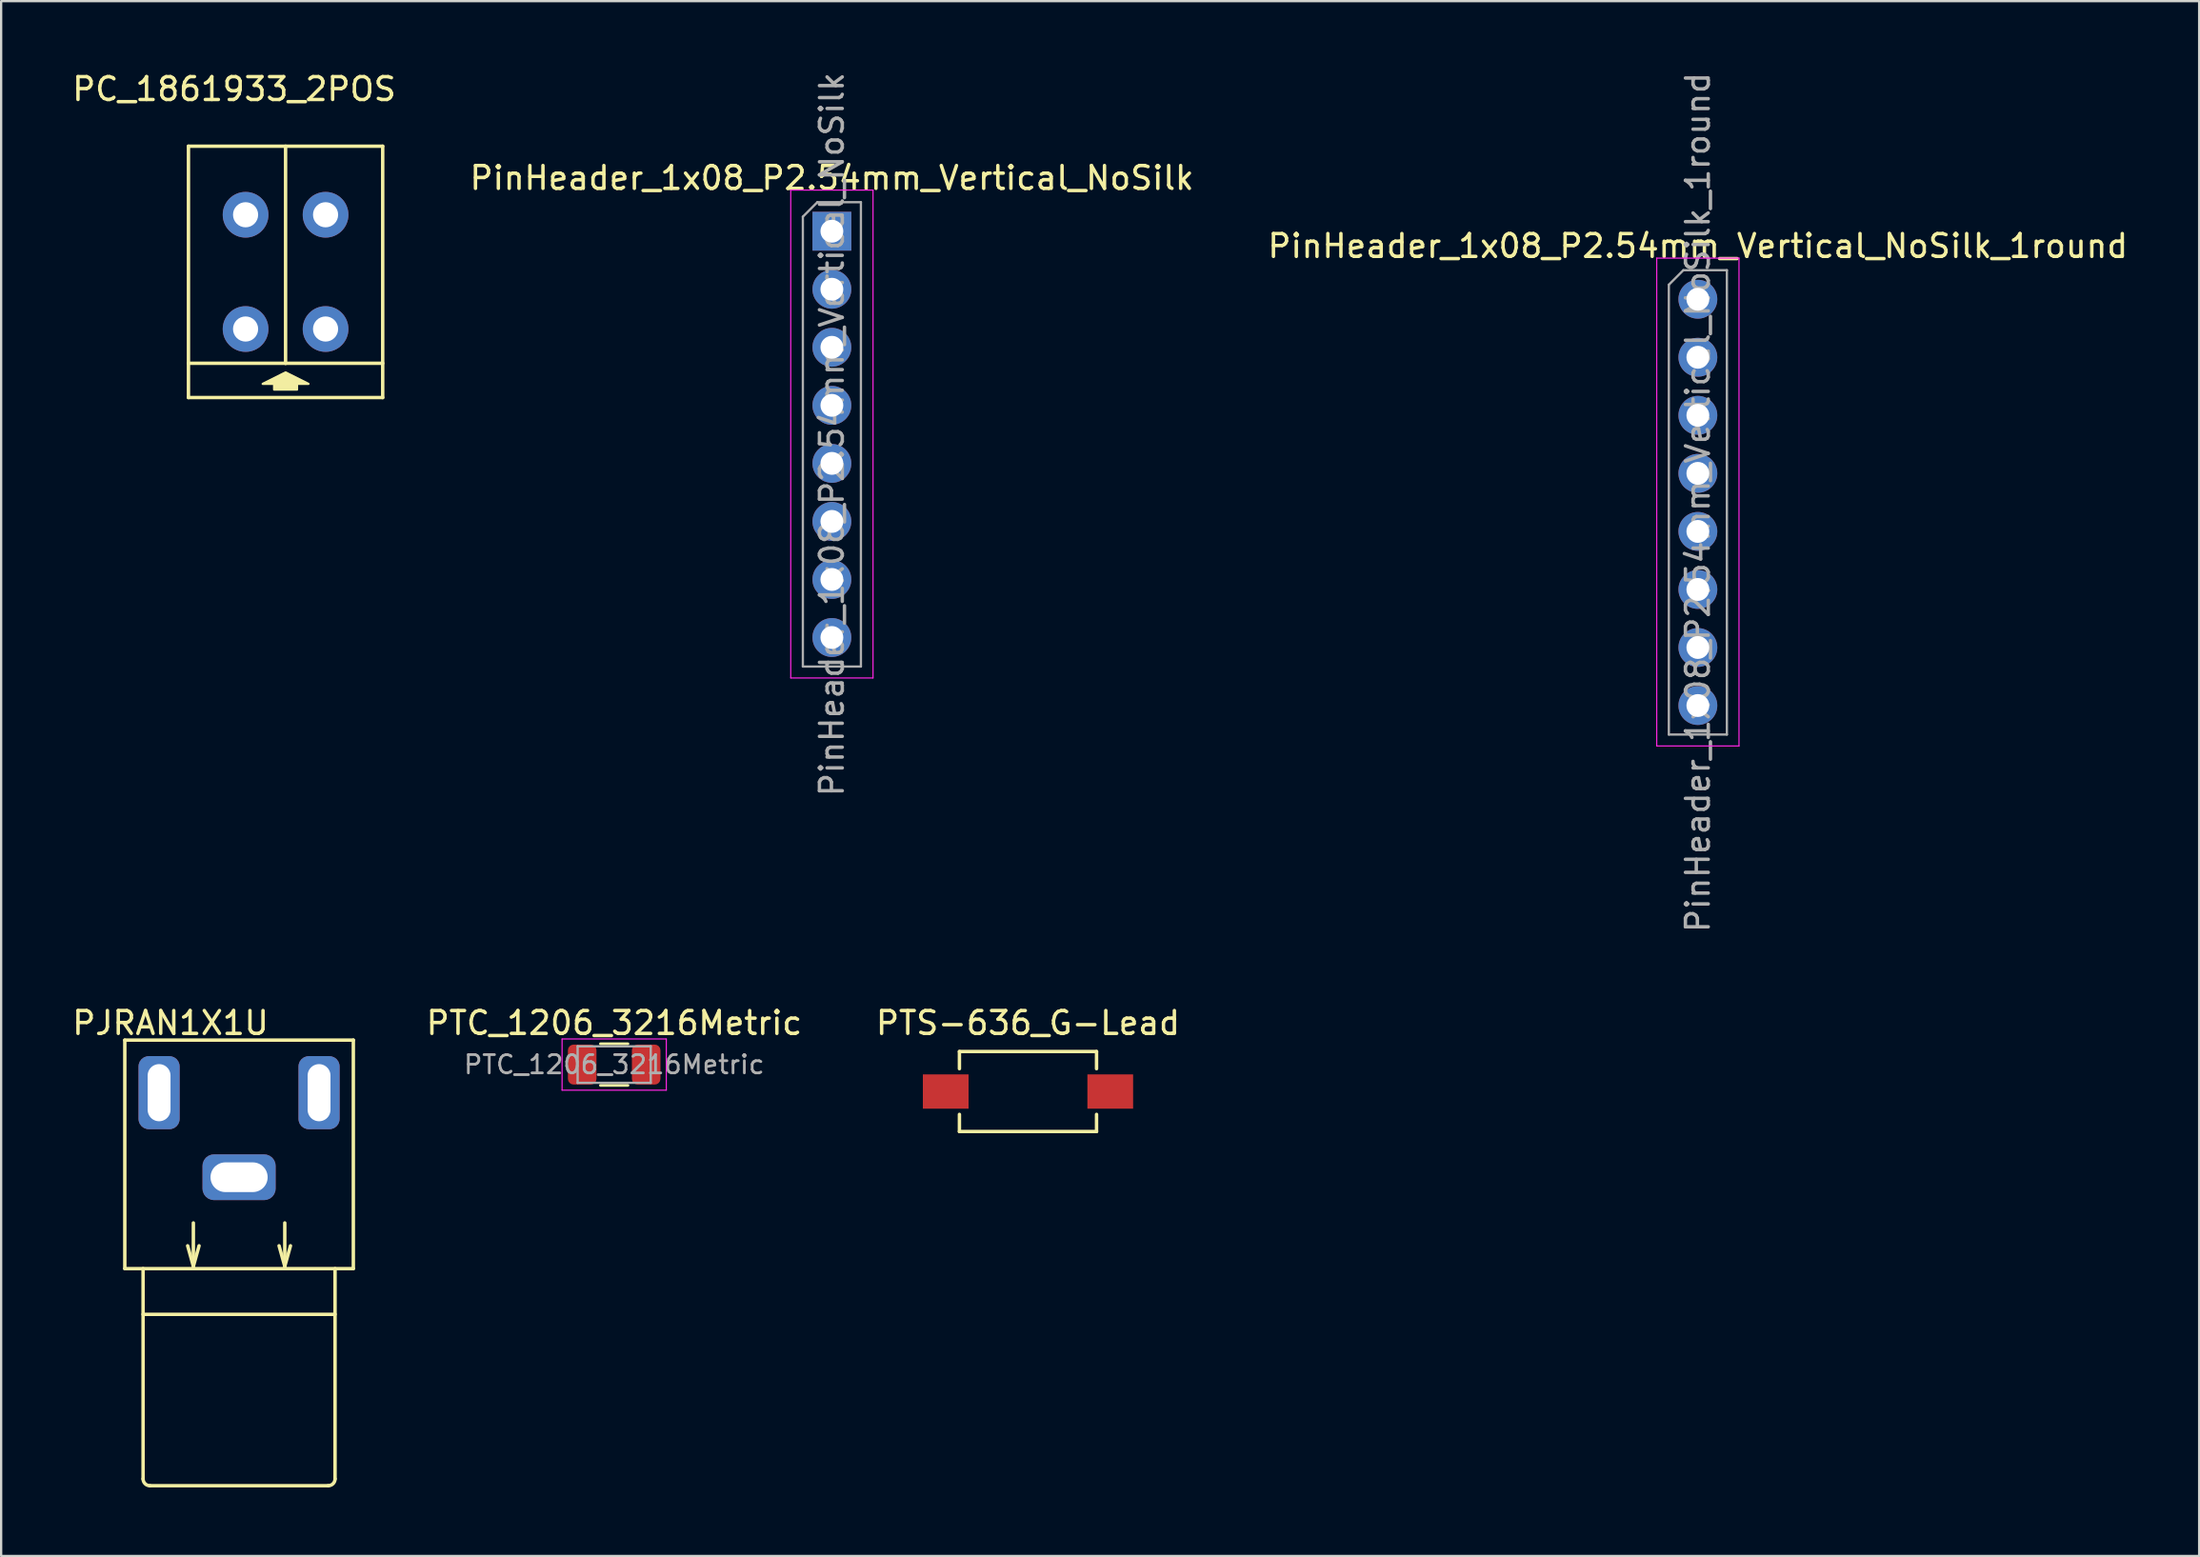
<source format=kicad_pcb>
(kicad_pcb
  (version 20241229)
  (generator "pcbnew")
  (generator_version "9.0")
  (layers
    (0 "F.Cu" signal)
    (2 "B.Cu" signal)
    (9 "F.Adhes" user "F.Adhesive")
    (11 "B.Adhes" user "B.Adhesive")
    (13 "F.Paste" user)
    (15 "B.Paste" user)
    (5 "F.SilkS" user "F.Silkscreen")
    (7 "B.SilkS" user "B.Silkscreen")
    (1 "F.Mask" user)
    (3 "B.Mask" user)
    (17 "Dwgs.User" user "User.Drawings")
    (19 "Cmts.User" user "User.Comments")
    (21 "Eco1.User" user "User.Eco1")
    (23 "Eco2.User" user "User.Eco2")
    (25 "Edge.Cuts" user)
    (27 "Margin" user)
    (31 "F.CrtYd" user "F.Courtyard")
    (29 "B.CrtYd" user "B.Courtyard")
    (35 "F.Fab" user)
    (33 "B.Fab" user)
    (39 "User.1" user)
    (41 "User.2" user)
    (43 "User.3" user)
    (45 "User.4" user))
  (footprint "PinHeader_1x08_P2.54mm_Vertical_NoSilk_1round"
    (layer "F.Cu")
    (at 71.244 10.045)
    (property "Reference" "PinHeader_1x08_P2.54mm_Vertical_NoSilk_1round" (at 0 -2.33 0) (layer "F.SilkS") (effects (font (size 1 1) (thickness 0.15))))
    (attr through_hole)
    (fp_line (start -1.8 -1.8) (end -1.8 19.55) (stroke (width 0.05) (type solid)) (layer "F.CrtYd"))
    (fp_line (start -1.8 19.55) (end 1.8 19.55) (stroke (width 0.05) (type solid)) (layer "F.CrtYd"))
    (fp_line (start 1.8 -1.8) (end -1.8 -1.8) (stroke (width 0.05) (type solid)) (layer "F.CrtYd"))
    (fp_line (start 1.8 19.55) (end 1.8 -1.8) (stroke (width 0.05) (type solid)) (layer "F.CrtYd"))
    (fp_line (start -1.27 -0.635) (end -0.635 -1.27) (stroke (width 0.1) (type solid)) (layer "F.Fab"))
    (fp_line (start -1.27 19.05) (end -1.27 -0.635) (stroke (width 0.1) (type solid)) (layer "F.Fab"))
    (fp_line (start -0.635 -1.27) (end 1.27 -1.27) (stroke (width 0.1) (type solid)) (layer "F.Fab"))
    (fp_line (start 1.27 -1.27) (end 1.27 19.05) (stroke (width 0.1) (type solid)) (layer "F.Fab"))
    (fp_line (start 1.27 19.05) (end -1.27 19.05) (stroke (width 0.1) (type solid)) (layer "F.Fab"))
    (fp_text user "${REFERENCE}" (at 0 8.89 90) (layer "F.Fab") (effects (font (size 1 1) (thickness 0.15))))
    (pad "1" thru_hole circle (at 0 0) (size 1.7 1.7) (drill 1) (layers "*.Cu" "*.Mask"))
    (pad "2" thru_hole oval (at 0 2.54) (size 1.7 1.7) (drill 1) (layers "*.Cu" "*.Mask"))
    (pad "3" thru_hole oval (at 0 5.08) (size 1.7 1.7) (drill 1) (layers "*.Cu" "*.Mask"))
    (pad "4" thru_hole oval (at 0 7.62) (size 1.7 1.7) (drill 1) (layers "*.Cu" "*.Mask"))
    (pad "5" thru_hole oval (at 0 10.16) (size 1.7 1.7) (drill 1) (layers "*.Cu" "*.Mask"))
    (pad "6" thru_hole oval (at 0 12.7) (size 1.7 1.7) (drill 1) (layers "*.Cu" "*.Mask"))
    (pad "7" thru_hole oval (at 0 15.24) (size 1.7 1.7) (drill 1) (layers "*.Cu" "*.Mask"))
    (pad "8" thru_hole oval (at 0 17.78) (size 1.7 1.7) (drill 1) (layers "*.Cu" "*.Mask")))
  (footprint "PC_1861933_2POS"
    (layer "F.Cu")
    (at 7.696 6.348)
    (property "Reference" "PC_1861933_2POS" (at -0.5 -5.5 0) (layer "F.SilkS") (effects (font (size 1 1) (thickness 0.15))))
    (attr through_hole)
    (fp_line (start -2.5 -3) (end -2.5 8) (stroke (width 0.15) (type solid)) (layer "F.SilkS"))
    (fp_line (start -2.5 8) (end 6 8) (stroke (width 0.15) (type solid)) (layer "F.SilkS"))
    (fp_line (start 1.75 -3) (end 1.75 6.5) (stroke (width 0.15) (type solid)) (layer "F.SilkS"))
    (fp_line (start 1.75 6.5) (end -2.5 6.5) (stroke (width 0.15) (type solid)) (layer "F.SilkS"))
    (fp_line (start 1.75 6.5) (end 6 6.5) (stroke (width 0.15) (type solid)) (layer "F.SilkS"))
    (fp_line (start 6 -3) (end -2.5 -3) (stroke (width 0.15) (type solid)) (layer "F.SilkS"))
    (fp_line (start 6 8) (end 6 -3) (stroke (width 0.15) (type solid)) (layer "F.SilkS"))
    (fp_poly (pts (xy 1.75 6.9) (xy 0.75 7.4) (xy 1.25 7.4) (xy 1.25 7.65) (xy 2.25 7.65) (xy 2.25 7.4) (xy 2.75 7.4)) (stroke (width 0.1) (type solid)) (fill yes) (layer "F.SilkS"))
    (pad "1" thru_hole circle (at 0 0) (size 2 2) (drill 1.1) (layers "*.Cu" "*.Mask"))
    (pad "1" thru_hole circle (at 0 5) (size 2 2) (drill 1.1) (layers "*.Cu" "*.Mask"))
    (pad "2" thru_hole circle (at 3.5 0) (size 2 2) (drill 1.1) (layers "*.Cu" "*.Mask"))
    (pad "2" thru_hole circle (at 3.5 5) (size 2 2) (drill 1.1) (layers "*.Cu" "*.Mask")))
  (footprint "PTS-636_G-Lead"
    (layer "F.Cu")
    (at 41.932 44.717)
    (property "Reference" "PTS-636_G-Lead" (at 0 -3 0) (layer "F.SilkS") (effects (font (size 1 1) (thickness 0.15))))
    (attr through_hole)
    (fp_line (start -3 -1.75) (end -3 -1) (stroke (width 0.15) (type solid)) (layer "F.SilkS"))
    (fp_line (start -3 1) (end -3 1.75) (stroke (width 0.15) (type solid)) (layer "F.SilkS"))
    (fp_line (start -3 1.75) (end 3 1.75) (stroke (width 0.15) (type solid)) (layer "F.SilkS"))
    (fp_line (start 3 -1.75) (end -3 -1.75) (stroke (width 0.15) (type solid)) (layer "F.SilkS"))
    (fp_line (start 3 -1.75) (end 3 -1) (stroke (width 0.15) (type solid)) (layer "F.SilkS"))
    (fp_line (start 3 1.75) (end 3 1) (stroke (width 0.15) (type solid)) (layer "F.SilkS"))
    (pad "1" smd rect (at -3.6 0) (size 2 1.5) (layers "F.Cu" "F.Mask" "F.Paste"))
    (pad "2" smd rect (at 3.6 0 180) (size 2 1.5) (layers "F.Cu" "F.Mask" "F.Paste")))
  (footprint "PJRAN1X1U"
    (layer "F.Cu")
    (at 7.411 48.467)
    (property "Reference" "PJRAN1X1U" (at -3 -6.75 0) (layer "F.SilkS") (effects (font (size 1 1) (thickness 0.15))))
    (attr through_hole)
    (fp_line (start -5 -6) (end 5 -6) (stroke (width 0.15) (type solid)) (layer "F.SilkS"))
    (fp_line (start -5 4) (end -5 -6) (stroke (width 0.15) (type solid)) (layer "F.SilkS"))
    (fp_line (start -5 4) (end 5 4) (stroke (width 0.15) (type solid)) (layer "F.SilkS"))
    (fp_line (start -4.2 6) (end 4.2 6) (stroke (width 0.15) (type solid)) (layer "F.SilkS"))
    (fp_line (start -4.2 13.2) (end -4.2 4) (stroke (width 0.15) (type solid)) (layer "F.SilkS"))
    (fp_line (start -3.9 13.5) (end 3.9 13.5) (stroke (width 0.15) (type solid)) (layer "F.SilkS"))
    (fp_line (start -2 2) (end -2 3.8) (stroke (width 0.15) (type solid)) (layer "F.SilkS"))
    (fp_line (start -2 3.9) (end -2.25 3) (stroke (width 0.15) (type solid)) (layer "F.SilkS"))
    (fp_line (start -1.75 3) (end -2 3.9) (stroke (width 0.15) (type solid)) (layer "F.SilkS"))
    (fp_line (start 2 2) (end 2 3.9) (stroke (width 0.15) (type solid)) (layer "F.SilkS"))
    (fp_line (start 2 3.9) (end 1.75 3) (stroke (width 0.15) (type solid)) (layer "F.SilkS"))
    (fp_line (start 2.25 3) (end 2 3.9) (stroke (width 0.15) (type solid)) (layer "F.SilkS"))
    (fp_line (start 4.2 13.2) (end 4.2 4) (stroke (width 0.15) (type solid)) (layer "F.SilkS"))
    (fp_line (start 5 4) (end 5 -6) (stroke (width 0.15) (type solid)) (layer "F.SilkS"))
    (fp_arc (start -3.9 13.5) (mid -4.112132 13.412132) (end -4.2 13.2) (stroke (width 0.15) (type solid)) (layer "F.SilkS"))
    (fp_arc (start 4.2 13.2) (mid 4.112132 13.412132) (end 3.9 13.5) (stroke (width 0.15) (type solid)) (layer "F.SilkS"))
    (pad "1" thru_hole roundrect (at -3.5 -3.7) (size 1.8 3.2) (drill oval 1 2.5) (layers "*.Cu" "*.Mask") (roundrect_rratio 0.25))
    (pad "2" thru_hole roundrect (at 0 0 90) (size 2 3.2) (drill oval 1.3 2.5) (layers "*.Cu" "*.Mask") (roundrect_rratio 0.25))
    (pad "3" thru_hole roundrect (at 3.5 -3.7) (size 1.8 3.2) (drill oval 1 2.5) (layers "*.Cu" "*.Mask") (roundrect_rratio 0.25)))
  (footprint "PTC_1206_3216Metric"
    (layer "F.Cu")
    (at 23.825 43.537)
    (property "Reference" "PTC_1206_3216Metric" (at 0 -1.82 0) (layer "F.SilkS") (effects (font (size 1 1) (thickness 0.15))))
    (attr smd)
    (fp_line (start -0.602 -0.91) (end 0.602 -0.91) (stroke (width 0.12) (type solid)) (layer "F.SilkS"))
    (fp_line (start -0.602 0.91) (end 0.602 0.91) (stroke (width 0.12) (type solid)) (layer "F.SilkS"))
    (fp_line (start -2.28 -1.12) (end 2.28 -1.12) (stroke (width 0.05) (type solid)) (layer "F.CrtYd"))
    (fp_line (start -2.28 1.12) (end -2.28 -1.12) (stroke (width 0.05) (type solid)) (layer "F.CrtYd"))
    (fp_line (start 2.28 -1.12) (end 2.28 1.12) (stroke (width 0.05) (type solid)) (layer "F.CrtYd"))
    (fp_line (start 2.28 1.12) (end -2.28 1.12) (stroke (width 0.05) (type solid)) (layer "F.CrtYd"))
    (fp_line (start -1.6 -0.8) (end 1.6 -0.8) (stroke (width 0.1) (type solid)) (layer "F.Fab"))
    (fp_line (start -1.6 0.8) (end -1.6 -0.8) (stroke (width 0.1) (type solid)) (layer "F.Fab"))
    (fp_line (start 1.6 -0.8) (end 1.6 0.8) (stroke (width 0.1) (type solid)) (layer "F.Fab"))
    (fp_line (start 1.6 0.8) (end -1.6 0.8) (stroke (width 0.1) (type solid)) (layer "F.Fab"))
    (fp_text user "${REFERENCE}" (at 0 0 0) (layer "F.Fab") (effects (font (size 0.8 0.8) (thickness 0.12))))
    (pad "1" smd roundrect (at -1.4 0) (size 1.25 1.75) (layers "F.Cu" "F.Mask" "F.Paste") (roundrect_rratio 0.2))
    (pad "2" smd roundrect (at 1.4 0) (size 1.25 1.75) (layers "F.Cu" "F.Mask" "F.Paste") (roundrect_rratio 0.2)))
  (footprint "PinHeader_1x08_P2.54mm_Vertical_NoSilk"
    (layer "F.Cu")
    (at 33.351 7.068)
    (property "Reference" "PinHeader_1x08_P2.54mm_Vertical_NoSilk" (at 0 -2.33 0) (layer "F.SilkS") (effects (font (size 1 1) (thickness 0.15))))
    (attr through_hole)
    (fp_line (start -1.8 -1.8) (end -1.8 19.55) (stroke (width 0.05) (type solid)) (layer "F.CrtYd"))
    (fp_line (start -1.8 19.55) (end 1.8 19.55) (stroke (width 0.05) (type solid)) (layer "F.CrtYd"))
    (fp_line (start 1.8 -1.8) (end -1.8 -1.8) (stroke (width 0.05) (type solid)) (layer "F.CrtYd"))
    (fp_line (start 1.8 19.55) (end 1.8 -1.8) (stroke (width 0.05) (type solid)) (layer "F.CrtYd"))
    (fp_line (start -1.27 -0.635) (end -0.635 -1.27) (stroke (width 0.1) (type solid)) (layer "F.Fab"))
    (fp_line (start -1.27 19.05) (end -1.27 -0.635) (stroke (width 0.1) (type solid)) (layer "F.Fab"))
    (fp_line (start -0.635 -1.27) (end 1.27 -1.27) (stroke (width 0.1) (type solid)) (layer "F.Fab"))
    (fp_line (start 1.27 -1.27) (end 1.27 19.05) (stroke (width 0.1) (type solid)) (layer "F.Fab"))
    (fp_line (start 1.27 19.05) (end -1.27 19.05) (stroke (width 0.1) (type solid)) (layer "F.Fab"))
    (fp_text user "${REFERENCE}" (at 0 8.89 90) (layer "F.Fab") (effects (font (size 1 1) (thickness 0.15))))
    (pad "1" thru_hole rect (at 0 0) (size 1.7 1.7) (drill 1) (layers "*.Cu" "*.Mask"))
    (pad "2" thru_hole oval (at 0 2.54) (size 1.7 1.7) (drill 1) (layers "*.Cu" "*.Mask"))
    (pad "3" thru_hole oval (at 0 5.08) (size 1.7 1.7) (drill 1) (layers "*.Cu" "*.Mask"))
    (pad "4" thru_hole oval (at 0 7.62) (size 1.7 1.7) (drill 1) (layers "*.Cu" "*.Mask"))
    (pad "5" thru_hole oval (at 0 10.16) (size 1.7 1.7) (drill 1) (layers "*.Cu" "*.Mask"))
    (pad "6" thru_hole oval (at 0 12.7) (size 1.7 1.7) (drill 1) (layers "*.Cu" "*.Mask"))
    (pad "7" thru_hole oval (at 0 15.24) (size 1.7 1.7) (drill 1) (layers "*.Cu" "*.Mask"))
    (pad "8" thru_hole oval (at 0 17.78) (size 1.7 1.7) (drill 1) (layers "*.Cu" "*.Mask")))
  (gr_rect
    (start -3 -3)
    (end 93.179 65.042)
    (stroke (width 0.1) (type default))
    (fill no)
    (layer "Edge.Cuts")))
</source>
